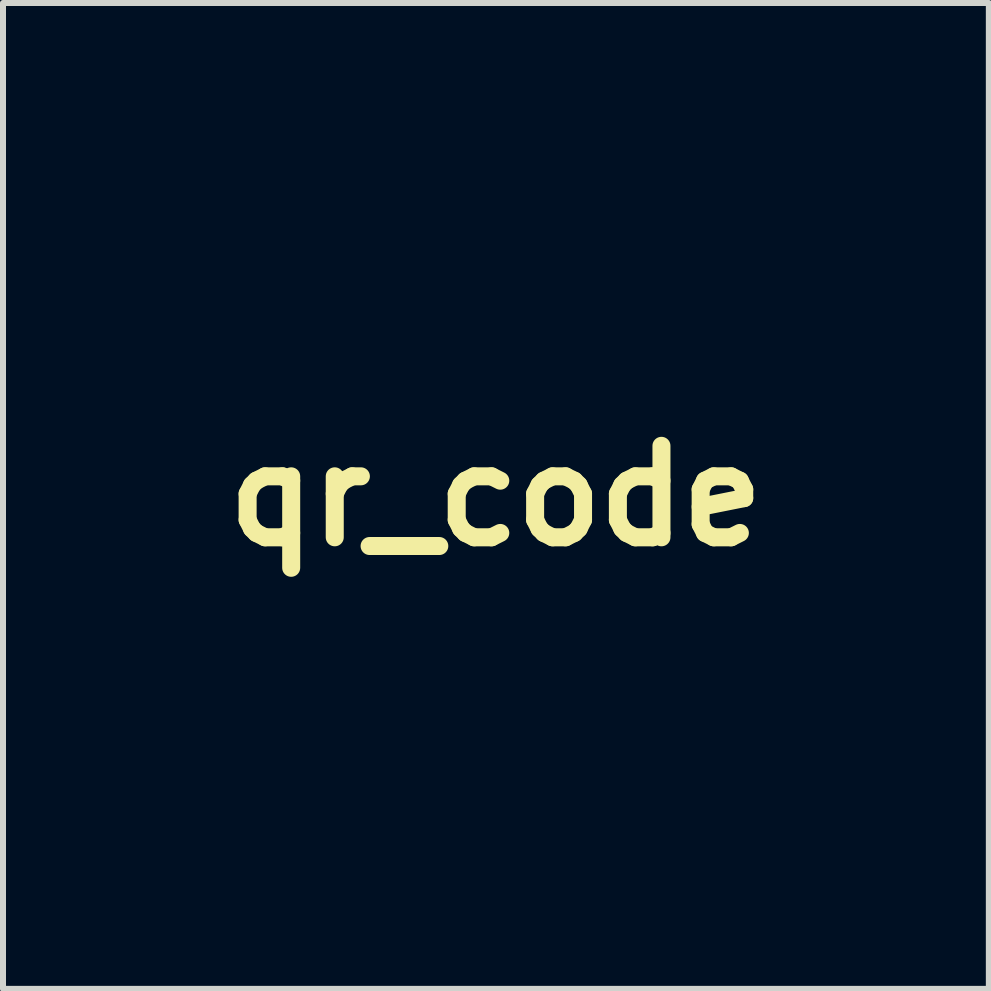
<source format=kicad_pcb>
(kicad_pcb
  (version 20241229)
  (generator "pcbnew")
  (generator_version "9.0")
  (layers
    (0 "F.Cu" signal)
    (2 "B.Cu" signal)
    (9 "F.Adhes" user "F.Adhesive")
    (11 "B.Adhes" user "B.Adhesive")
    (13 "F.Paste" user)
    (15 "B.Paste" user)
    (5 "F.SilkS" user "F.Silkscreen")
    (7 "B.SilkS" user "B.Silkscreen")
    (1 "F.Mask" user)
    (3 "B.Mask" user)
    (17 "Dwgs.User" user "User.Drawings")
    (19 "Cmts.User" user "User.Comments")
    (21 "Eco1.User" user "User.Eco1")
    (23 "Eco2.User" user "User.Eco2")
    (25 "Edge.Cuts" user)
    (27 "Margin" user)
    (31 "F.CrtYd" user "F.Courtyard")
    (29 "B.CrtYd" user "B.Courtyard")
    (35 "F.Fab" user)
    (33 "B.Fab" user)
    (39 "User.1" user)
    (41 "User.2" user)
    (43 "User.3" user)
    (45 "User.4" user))
  (footprint "qr_code"
    (layer "F.Cu")
    (at 5.212 5.212)
    (property "Reference" "qr_code" (at 0 0 0) (layer "F.SilkS") (effects (font (size 1.524 1.524) (thickness 0.3))))
    (attr through_hole)
    (fp_poly (pts (xy -5.207 -2.413) (xy -5.207 -2.667) (xy -4.953 -2.667) (xy -4.953 -2.413) (xy -5.207 -2.413)) (stroke (width 0.01) (type solid)) (fill yes) (layer "F.Mask"))
    (fp_poly (pts (xy -5.207 2.159) (xy -5.207 1.905) (xy -4.953 1.905) (xy -4.953 2.159) (xy -5.207 2.159)) (stroke (width 0.01) (type solid)) (fill yes) (layer "F.Mask"))
    (fp_poly (pts (xy -4.445 0.635) (xy -4.191 0.635) (xy -4.191 0.889) (xy -4.445 0.889) (xy -4.445 0.635)) (stroke (width 0.01) (type solid)) (fill yes) (layer "F.Mask"))
    (fp_poly (pts (xy -4.445 3.175) (xy -4.699 3.175) (xy -4.699 2.921) (xy -4.445 2.921) (xy -4.445 3.175)) (stroke (width 0.01) (type solid)) (fill yes) (layer "F.Mask"))
    (fp_poly (pts (xy -3.937 -3.937) (xy -4.699 -3.937) (xy -4.699 -4.699) (xy -3.937 -4.699) (xy -3.937 -3.937)) (stroke (width 0.01) (type solid)) (fill yes) (layer "F.Mask"))
    (fp_poly (pts (xy -3.937 1.143) (xy -4.191 1.143) (xy -4.191 0.889) (xy -3.937 0.889) (xy -3.937 1.143)) (stroke (width 0.01) (type solid)) (fill yes) (layer "F.Mask"))
    (fp_poly (pts (xy -3.937 3.175) (xy -4.191 3.175) (xy -4.191 2.921) (xy -3.937 2.921) (xy -3.937 3.175)) (stroke (width 0.01) (type solid)) (fill yes) (layer "F.Mask"))
    (fp_poly (pts (xy -3.937 4.699) (xy -4.699 4.699) (xy -4.699 3.937) (xy -3.937 3.937) (xy -3.937 4.699)) (stroke (width 0.01) (type solid)) (fill yes) (layer "F.Mask"))
    (fp_poly (pts (xy -3.683 -2.921) (xy -3.683 -3.175) (xy -3.175 -3.175) (xy -3.175 -2.921) (xy -3.683 -2.921)) (stroke (width 0.01) (type solid)) (fill yes) (layer "F.Mask"))
    (fp_poly (pts (xy -3.429 -1.397) (xy -3.683 -1.397) (xy -3.683 -1.651) (xy -3.429 -1.651) (xy -3.429 -1.397)) (stroke (width 0.01) (type solid)) (fill yes) (layer "F.Mask"))
    (fp_poly (pts (xy -3.175 -2.921) (xy -2.921 -2.921) (xy -2.921 -2.667) (xy -3.175 -2.667) (xy -3.175 -2.921)) (stroke (width 0.01) (type solid)) (fill yes) (layer "F.Mask"))
    (fp_poly (pts (xy -2.921 1.143) (xy -2.921 1.397) (xy -3.429 1.397) (xy -3.429 1.143) (xy -2.921 1.143)) (stroke (width 0.01) (type solid)) (fill yes) (layer "F.Mask"))
    (fp_poly (pts (xy -2.667 -0.127) (xy -2.413 -0.127) (xy -2.413 0.381) (xy -2.667 0.381) (xy -2.667 -0.127)) (stroke (width 0.01) (type solid)) (fill yes) (layer "F.Mask"))
    (fp_poly (pts (xy -2.667 0.381) (xy -2.667 0.635) (xy -2.921 0.635) (xy -2.921 0.381) (xy -2.667 0.381)) (stroke (width 0.01) (type solid)) (fill yes) (layer "F.Mask"))
    (fp_poly (pts (xy -2.667 3.937) (xy -2.413 3.937) (xy -2.413 4.191) (xy -2.667 4.191) (xy -2.667 3.937)) (stroke (width 0.01) (type solid)) (fill yes) (layer "F.Mask"))
    (fp_poly (pts (xy -2.413 1.651) (xy -2.667 1.651) (xy -2.667 1.397) (xy -2.413 1.397) (xy -2.413 1.651)) (stroke (width 0.01) (type solid)) (fill yes) (layer "F.Mask"))
    (fp_poly (pts (xy -2.413 4.191) (xy -2.159 4.191) (xy -2.159 4.445) (xy -2.413 4.445) (xy -2.413 4.191)) (stroke (width 0.01) (type solid)) (fill yes) (layer "F.Mask"))
    (fp_poly (pts (xy -2.159 -2.667) (xy -1.905 -2.667) (xy -1.905 -2.413) (xy -2.159 -2.413) (xy -2.159 -2.667)) (stroke (width 0.01) (type solid)) (fill yes) (layer "F.Mask"))
    (fp_poly (pts (xy -1.651 2.413) (xy -1.905 2.413) (xy -1.905 2.159) (xy -1.651 2.159) (xy -1.651 2.413)) (stroke (width 0.01) (type solid)) (fill yes) (layer "F.Mask"))
    (fp_poly (pts (xy -0.889 -3.937) (xy -1.143 -3.937) (xy -1.143 -4.191) (xy -0.889 -4.191) (xy -0.889 -3.937)) (stroke (width 0.01) (type solid)) (fill yes) (layer "F.Mask"))
    (fp_poly (pts (xy -0.381 -4.191) (xy -0.127 -4.191) (xy -0.127 -3.683) (xy -0.381 -3.683) (xy -0.381 -4.191)) (stroke (width 0.01) (type solid)) (fill yes) (layer "F.Mask"))
    (fp_poly (pts (xy -0.381 -3.429) (xy -0.635 -3.429) (xy -0.635 -3.683) (xy -0.381 -3.683) (xy -0.381 -3.429)) (stroke (width 0.01) (type solid)) (fill yes) (layer "F.Mask"))
    (fp_poly (pts (xy 0.635 3.683) (xy 0.635 3.937) (xy 0.127 3.937) (xy 0.127 3.683) (xy 0.635 3.683)) (stroke (width 0.01) (type solid)) (fill yes) (layer "F.Mask"))
    (fp_poly (pts (xy 0.889 -3.937) (xy 0.889 -4.191) (xy 1.143 -4.191) (xy 1.143 -3.937) (xy 0.889 -3.937)) (stroke (width 0.01) (type solid)) (fill yes) (layer "F.Mask"))
    (fp_poly (pts (xy 0.889 -0.635) (xy 0.889 -0.889) (xy 1.143 -0.889) (xy 1.143 -0.635) (xy 0.889 -0.635)) (stroke (width 0.01) (type solid)) (fill yes) (layer "F.Mask"))
    (fp_poly (pts (xy 1.143 -3.429) (xy 0.889 -3.429) (xy 0.889 -3.683) (xy 1.143 -3.683) (xy 1.143 -3.429)) (stroke (width 0.01) (type solid)) (fill yes) (layer "F.Mask"))
    (fp_poly (pts (xy 1.651 2.921) (xy 1.905 2.921) (xy 1.905 3.175) (xy 1.651 3.175) (xy 1.651 2.921)) (stroke (width 0.01) (type solid)) (fill yes) (layer "F.Mask"))
    (fp_poly (pts (xy 1.905 -2.921) (xy 1.905 -3.175) (xy 2.413 -3.175) (xy 2.413 -2.921) (xy 1.905 -2.921)) (stroke (width 0.01) (type solid)) (fill yes) (layer "F.Mask"))
    (fp_poly (pts (xy 2.159 -3.429) (xy 1.905 -3.429) (xy 1.905 -3.683) (xy 2.159 -3.683) (xy 2.159 -3.429)) (stroke (width 0.01) (type solid)) (fill yes) (layer "F.Mask"))
    (fp_poly (pts (xy 2.159 -2.159) (xy 2.159 -2.413) (xy 2.413 -2.413) (xy 2.413 -2.159) (xy 2.159 -2.159)) (stroke (width 0.01) (type solid)) (fill yes) (layer "F.Mask"))
    (fp_poly (pts (xy 2.413 -5.207) (xy 2.667 -5.207) (xy 2.667 -4.953) (xy 2.413 -4.953) (xy 2.413 -5.207)) (stroke (width 0.01) (type solid)) (fill yes) (layer "F.Mask"))
    (fp_poly (pts (xy 2.413 4.953) (xy 2.413 4.699) (xy 2.667 4.699) (xy 2.667 4.953) (xy 2.413 4.953)) (stroke (width 0.01) (type solid)) (fill yes) (layer "F.Mask"))
    (fp_poly (pts (xy 2.667 -4.953) (xy 2.921 -4.953) (xy 2.921 -4.699) (xy 2.667 -4.699) (xy 2.667 -4.953)) (stroke (width 0.01) (type solid)) (fill yes) (layer "F.Mask"))
    (fp_poly (pts (xy 2.667 -3.429) (xy 2.413 -3.429) (xy 2.413 -3.683) (xy 2.667 -3.683) (xy 2.667 -3.429)) (stroke (width 0.01) (type solid)) (fill yes) (layer "F.Mask"))
    (fp_poly (pts (xy 2.667 -2.159) (xy 2.667 -1.905) (xy 2.413 -1.905) (xy 2.413 -2.159) (xy 2.667 -2.159)) (stroke (width 0.01) (type solid)) (fill yes) (layer "F.Mask"))
    (fp_poly (pts (xy 2.921 -0.127) (xy 3.175 -0.127) (xy 3.175 0.127) (xy 2.921 0.127) (xy 2.921 -0.127)) (stroke (width 0.01) (type solid)) (fill yes) (layer "F.Mask"))
    (fp_poly (pts (xy 3.175 -2.667) (xy 3.429 -2.667) (xy 3.429 -2.413) (xy 3.175 -2.413) (xy 3.175 -2.667)) (stroke (width 0.01) (type solid)) (fill yes) (layer "F.Mask"))
    (fp_poly (pts (xy 3.175 4.445) (xy 3.429 4.445) (xy 3.429 4.953) (xy 3.175 4.953) (xy 3.175 4.445)) (stroke (width 0.01) (type solid)) (fill yes) (layer "F.Mask"))
    (fp_poly (pts (xy 3.175 4.953) (xy 3.175 5.207) (xy 2.667 5.207) (xy 2.667 4.953) (xy 3.175 4.953)) (stroke (width 0.01) (type solid)) (fill yes) (layer "F.Mask"))
    (fp_poly (pts (xy 3.683 3.683) (xy 3.429 3.683) (xy 3.429 3.429) (xy 3.683 3.429) (xy 3.683 3.683)) (stroke (width 0.01) (type solid)) (fill yes) (layer "F.Mask"))
    (fp_poly (pts (xy 3.683 5.207) (xy 3.429 5.207) (xy 3.429 4.953) (xy 3.683 4.953) (xy 3.683 5.207)) (stroke (width 0.01) (type solid)) (fill yes) (layer "F.Mask"))
    (fp_poly (pts (xy 4.191 -3.175) (xy 4.699 -3.175) (xy 4.699 -2.921) (xy 4.191 -2.921) (xy 4.191 -3.175)) (stroke (width 0.01) (type solid)) (fill yes) (layer "F.Mask"))
    (fp_poly (pts (xy 4.445 -2.667) (xy 4.699 -2.667) (xy 4.699 -2.413) (xy 4.445 -2.413) (xy 4.445 -2.667)) (stroke (width 0.01) (type solid)) (fill yes) (layer "F.Mask"))
    (fp_poly (pts (xy 4.699 -3.937) (xy 3.937 -3.937) (xy 3.937 -4.699) (xy 4.699 -4.699) (xy 4.699 -3.937)) (stroke (width 0.01) (type solid)) (fill yes) (layer "F.Mask"))
    (fp_poly (pts (xy 4.953 3.683) (xy 4.699 3.683) (xy 4.699 3.429) (xy 4.953 3.429) (xy 4.953 3.683)) (stroke (width 0.01) (type solid)) (fill yes) (layer "F.Mask"))
    (fp_poly (pts (xy 5.207 -0.127) (xy 4.953 -0.127) (xy 4.953 -0.635) (xy 5.207 -0.635) (xy 5.207 -0.127)) (stroke (width 0.01) (type solid)) (fill yes) (layer "F.Mask"))
    (fp_poly (pts (xy -4.445 1.651) (xy -4.445 1.143) (xy -4.191 1.143) (xy -4.191 1.397) (xy -3.429 1.397) (xy -3.429 1.651) (xy -4.445 1.651)) (stroke (width 0.01) (type solid)) (fill yes) (layer "F.Mask"))
    (fp_poly (pts (xy -2.159 -2.159) (xy -2.921 -2.159) (xy -2.921 -2.667) (xy -2.667 -2.667) (xy -2.667 -2.413) (xy -2.159 -2.413) (xy -2.159 -2.159)) (stroke (width 0.01) (type solid)) (fill yes) (layer "F.Mask"))
    (fp_poly (pts (xy -0.635 -4.191) (xy -0.635 -4.445) (xy -0.889 -4.445) (xy -0.889 -4.699) (xy -0.381 -4.699) (xy -0.381 -4.191) (xy -0.635 -4.191)) (stroke (width 0.01) (type solid)) (fill yes) (layer "F.Mask"))
    (fp_poly (pts (xy 2.413 -4.699) (xy 2.667 -4.699) (xy 2.667 -4.445) (xy 1.905 -4.445) (xy 1.905 -4.953) (xy 2.413 -4.953) (xy 2.413 -4.699)) (stroke (width 0.01) (type solid)) (fill yes) (layer "F.Mask"))
    (fp_poly (pts (xy 2.921 -3.937) (xy 2.159 -3.937) (xy 2.159 -4.191) (xy 3.175 -4.191) (xy 3.175 -3.175) (xy 2.921 -3.175) (xy 2.921 -3.937)) (stroke (width 0.01) (type solid)) (fill yes) (layer "F.Mask"))
    (fp_poly (pts (xy 2.921 -2.667) (xy 2.413 -2.667) (xy 2.413 -2.921) (xy 2.667 -2.921) (xy 2.667 -3.175) (xy 2.921 -3.175) (xy 2.921 -2.667)) (stroke (width 0.01) (type solid)) (fill yes) (layer "F.Mask"))
    (fp_poly (pts (xy -4.445 1.143) (xy -4.699 1.143) (xy -4.699 1.651) (xy -5.207 1.651) (xy -5.207 0.381) (xy -4.699 0.381) (xy -4.699 0.635) (xy -4.953 0.635) (xy -4.953 0.889) (xy -4.445 0.889) (xy -4.445 1.143)) (stroke (width 0.01) (type solid)) (fill yes) (layer "F.Mask"))
    (fp_poly (pts (xy 4.445 -2.159) (xy 3.683 -2.159) (xy 3.683 -2.413) (xy 3.937 -2.413) (xy 3.937 -2.667) (xy 3.683 -2.667) (xy 3.683 -2.921) (xy 4.191 -2.921) (xy 4.191 -2.413) (xy 4.445 -2.413) (xy 4.445 -2.159)) (stroke (width 0.01) (type solid)) (fill yes) (layer "F.Mask"))
    (fp_poly (pts (xy -3.429 -3.429) (xy -5.207 -3.429) (xy -5.207 -4.953) (xy -4.953 -4.953) (xy -4.953 -3.683) (xy -3.683 -3.683) (xy -3.683 -4.953) (xy -4.953 -4.953) (xy -5.207 -4.953) (xy -5.207 -5.207) (xy -3.429 -5.207) (xy -3.429 -3.429)) (stroke (width 0.01) (type solid)) (fill yes) (layer "F.Mask"))
    (fp_poly (pts (xy -3.429 5.207) (xy -5.207 5.207) (xy -5.207 3.683) (xy -4.953 3.683) (xy -4.953 4.953) (xy -3.683 4.953) (xy -3.683 3.683) (xy -4.953 3.683) (xy -5.207 3.683) (xy -5.207 3.429) (xy -3.429 3.429) (xy -3.429 5.207)) (stroke (width 0.01) (type solid)) (fill yes) (layer "F.Mask"))
    (fp_poly (pts (xy 5.207 -3.429) (xy 3.429 -3.429) (xy 3.429 -4.953) (xy 3.683 -4.953) (xy 3.683 -3.683) (xy 4.953 -3.683) (xy 4.953 -4.953) (xy 3.683 -4.953) (xy 3.429 -4.953) (xy 3.429 -5.207) (xy 5.207 -5.207) (xy 5.207 -3.429)) (stroke (width 0.01) (type solid)) (fill yes) (layer "F.Mask"))
    (fp_poly (pts (xy 2.667 -2.413) (xy 3.175 -2.413) (xy 3.175 -1.651) (xy 2.921 -1.651) (xy 2.921 -1.397) (xy 2.413 -1.397) (xy 2.413 -1.651) (xy 2.667 -1.651) (xy 2.667 -1.905) (xy 2.921 -1.905) (xy 2.921 -2.159) (xy 2.667 -2.159) (xy 2.667 -2.413)) (stroke (width 0.01) (type solid)) (fill yes) (layer "F.Mask"))
    (fp_poly (pts (xy 0.381 -0.127) (xy 0.381 -0.381) (xy 0.127 -0.381) (xy 0.127 -0.635) (xy 0.635 -0.635) (xy 0.635 0.635) (xy 0.381 0.635) (xy 0.381 0.127) (xy 0.127 0.127) (xy 0.127 0.635) (xy -0.127 0.635) (xy -0.127 0.381) (xy -0.381 0.381) (xy -0.381 0.127) (xy -0.127 0.127) (xy -0.127 -0.127) (xy 0.381 -0.127)) (stroke (width 0.01) (type solid)) (fill yes) (layer "F.Mask"))
    (fp_poly (pts (xy 1.905 -2.667) (xy 2.159 -2.667) (xy 2.159 -2.413) (xy 1.651 -2.413) (xy 1.651 -2.159) (xy 0.889 -2.159) (xy 0.889 -2.413) (xy 1.143 -2.413) (xy 1.143 -2.921) (xy 1.397 -2.921) (xy 1.397 -3.175) (xy 1.143 -3.175) (xy 1.143 -3.429) (xy 1.397 -3.429) (xy 1.397 -3.683) (xy 1.143 -3.683) (xy 1.143 -3.937) (xy 1.651 -3.937) (xy 1.651 -2.921) (xy 1.905 -2.921) (xy 1.905 -2.667)) (stroke (width 0.01) (type solid)) (fill yes) (layer "F.Mask"))
    (fp_poly (pts (xy -4.953 -2.921) (xy -4.445 -2.921) (xy -4.445 -3.175) (xy -3.937 -3.175) (xy -3.937 -2.921) (xy -4.191 -2.921) (xy -4.191 -2.667) (xy -3.175 -2.667) (xy -3.175 -2.413) (xy -3.683 -2.413) (xy -3.683 -2.159) (xy -3.429 -2.159) (xy -3.429 -1.905) (xy -3.683 -1.905) (xy -3.683 -1.651) (xy -3.937 -1.651) (xy -3.937 -2.159) (xy -4.191 -2.159) (xy -4.191 -2.413) (xy -4.445 -2.413) (xy -4.445 -2.667) (xy -4.953 -2.667) (xy -4.953 -2.921)) (stroke (width 0.01) (type solid)) (fill yes) (layer "F.Mask"))
    (fp_poly (pts (xy -3.683 1.143) (xy -3.683 0.889) (xy -3.937 0.889) (xy -3.937 0.635) (xy -3.683 0.635) (xy -3.683 0.889) (xy -3.429 0.889) (xy -3.429 0.635) (xy -3.683 0.635) (xy -3.683 0.381) (xy -3.429 0.381) (xy -3.429 0.127) (xy -3.175 0.127) (xy -3.175 -0.381) (xy -2.667 -0.381) (xy -2.667 -0.127) (xy -2.921 -0.127) (xy -2.921 0.381) (xy -3.175 0.381) (xy -3.175 0.889) (xy -3.429 0.889) (xy -3.429 1.143) (xy -3.683 1.143)) (stroke (width 0.01) (type solid)) (fill yes) (layer "F.Mask"))
    (fp_poly (pts (xy -2.667 4.445) (xy -2.413 4.445) (xy -2.413 4.699) (xy -1.905 4.699) (xy -1.905 4.191) (xy -1.397 4.191) (xy -1.397 4.445) (xy -1.651 4.445) (xy -1.651 4.699) (xy -1.397 4.699) (xy -1.397 4.953) (xy -1.143 4.953) (xy -1.143 5.207) (xy -2.921 5.207) (xy -2.921 4.699) (xy -2.667 4.699) (xy -2.667 4.953) (xy -2.413 4.953) (xy -2.413 4.699) (xy -2.667 4.699) (xy -2.921 4.699) (xy -2.921 4.445) (xy -3.175 4.445) (xy -3.175 3.937) (xy -2.921 3.937) (xy -2.921 4.191) (xy -2.667 4.191) (xy -2.667 4.445)) (stroke (width 0.01) (type solid)) (fill yes) (layer "F.Mask"))
    (fp_poly (pts (xy 1.905 -4.191) (xy 1.397 -4.191) (xy 1.397 -4.445) (xy 0.889 -4.445) (xy 0.889 -4.191) (xy 0.635 -4.191) (xy 0.635 -3.937) (xy 0.127 -3.937) (xy 0.127 -4.191) (xy -0.127 -4.191) (xy -0.127 -4.445) (xy 0.127 -4.445) (xy 0.127 -4.191) (xy 0.381 -4.191) (xy 0.381 -4.445) (xy 0.127 -4.445) (xy -0.127 -4.445) (xy -0.127 -4.699) (xy 0.635 -4.699) (xy 0.635 -4.445) (xy 0.889 -4.445) (xy 0.889 -4.699) (xy 0.635 -4.699) (xy -0.127 -4.699) (xy -0.381 -4.699) (xy -0.381 -4.953) (xy 0.381 -4.953) (xy 0.381 -5.207) (xy 0.635 -5.207) (xy 0.635 -4.953) (xy 0.889 -4.953) (xy 0.889 -4.699) (xy 1.143 -4.699) (xy 1.143 -5.207) (xy 1.651 -5.207) (xy 1.651 -4.445) (xy 1.905 -4.445) (xy 1.905 -4.191)) (stroke (width 0.01) (type solid)) (fill yes) (layer "F.Mask"))
    (fp_poly (pts (xy 2.921 -0.635) (xy 2.921 -0.381) (xy 2.159 -0.381) (xy 2.159 -0.889) (xy 2.413 -0.889) (xy 2.413 -0.635) (xy 2.667 -0.635) (xy 2.667 -0.889) (xy 2.921 -0.889) (xy 2.921 -1.143) (xy 3.175 -1.143) (xy 3.175 -1.651) (xy 3.429 -1.651) (xy 3.429 -2.159) (xy 3.683 -2.159) (xy 3.683 -1.905) (xy 4.699 -1.905) (xy 4.699 -2.413) (xy 5.207 -2.413) (xy 5.207 -2.159) (xy 4.953 -2.159) (xy 4.953 -1.905) (xy 5.207 -1.905) (xy 5.207 -1.143) (xy 4.953 -1.143) (xy 4.953 -0.889) (xy 4.699 -0.889) (xy 4.699 -1.143) (xy 4.191 -1.143) (xy 4.191 -1.397) (xy 4.445 -1.397) (xy 4.699 -1.397) (xy 4.699 -1.143) (xy 4.953 -1.143) (xy 4.953 -1.397) (xy 4.699 -1.397) (xy 4.445 -1.397) (xy 4.445 -1.651) (xy 3.937 -1.651) (xy 3.937 -1.143) (xy 3.683 -1.143) (xy 3.683 -1.397) (xy 3.429 -1.397) (xy 3.429 -0.635) (xy 2.921 -0.635)) (stroke (width 0.01) (type solid)) (fill yes) (layer "F.Mask"))
    (fp_poly (pts (xy -1.397 -2.413) (xy -1.651 -2.413) (xy -1.651 -2.921) (xy -1.397 -2.921) (xy -1.397 -2.667) (xy -1.143 -2.667) (xy -1.143 -2.413) (xy -0.889 -2.413) (xy -0.889 -2.667) (xy -0.635 -2.667) (xy -0.635 -2.413) (xy -0.127 -2.413) (xy -0.127 -2.667) (xy 0.127 -2.667) (xy 0.127 -2.921) (xy -0.381 -2.921) (xy -0.381 -2.667) (xy -0.635 -2.667) (xy -0.889 -2.667) (xy -1.143 -2.667) (xy -1.143 -3.683) (xy -0.889 -3.683) (xy -0.889 -3.175) (xy -0.127 -3.175) (xy -0.127 -3.683) (xy 0.127 -3.683) (xy 0.127 -3.429) (xy 0.381 -3.429) (xy 0.381 -3.683) (xy 0.635 -3.683) (xy 0.635 -3.175) (xy 1.143 -3.175) (xy 1.143 -2.921) (xy 0.635 -2.921) (xy 0.635 -2.667) (xy 0.889 -2.667) (xy 0.889 -2.413) (xy 0.381 -2.413) (xy 0.381 -2.667) (xy 0.127 -2.667) (xy 0.127 -2.413) (xy -0.127 -2.413) (xy -0.127 -2.159) (xy -0.635 -2.159) (xy -0.635 -2.413) (xy -0.889 -2.413) (xy -0.889 -2.159) (xy -1.397 -2.159) (xy -1.397 -2.413)) (stroke (width 0.01) (type solid)) (fill yes) (layer "F.Mask"))
    (fp_poly (pts (xy -3.937 2.667) (xy -3.683 2.667) (xy -3.683 2.921) (xy -3.429 2.921) (xy -3.429 2.667) (xy -3.683 2.667) (xy -3.937 2.667) (xy -4.445 2.667) (xy -4.445 2.413) (xy -4.953 2.413) (xy -4.953 2.159) (xy -4.699 2.159) (xy -4.699 1.905) (xy -3.937 1.905) (xy -3.937 2.413) (xy -3.429 2.413) (xy -3.429 2.667) (xy -3.175 2.667) (xy -3.175 3.175) (xy -2.667 3.175) (xy -2.667 2.921) (xy -2.413 2.921) (xy -2.413 2.413) (xy -2.667 2.413) (xy -2.667 2.667) (xy -3.175 2.667) (xy -3.175 2.413) (xy -2.921 2.413) (xy -2.921 1.905) (xy -3.175 1.905) (xy -3.175 2.159) (xy -3.683 2.159) (xy -3.683 1.905) (xy -3.429 1.905) (xy -3.429 1.651) (xy -2.667 1.651) (xy -2.667 2.159) (xy -2.413 2.159) (xy -2.413 1.651) (xy -1.905 1.651) (xy -1.905 2.159) (xy -2.159 2.159) (xy -2.159 2.667) (xy -1.905 2.667) (xy -1.905 2.921) (xy -2.159 2.921) (xy -2.159 3.429) (xy -2.413 3.429) (xy -2.413 3.175) (xy -2.667 3.175) (xy -2.667 3.683) (xy -3.175 3.683) (xy -3.175 3.175) (xy -3.683 3.175) (xy -3.683 2.921) (xy -3.937 2.921) (xy -3.937 2.667)) (stroke (width 0.01) (type solid)) (fill yes) (layer "F.Mask"))
    (fp_poly (pts (xy 2.921 0.381) (xy 2.667 0.381) (xy 2.667 0.635) (xy 2.413 0.635) (xy 2.413 0.889) (xy 1.905 0.889) (xy 1.905 0.635) (xy 1.651 0.635) (xy 1.651 0.889) (xy 1.397 0.889) (xy 1.397 0.635) (xy 1.651 0.635) (xy 1.651 0.381) (xy 1.905 0.381) (xy 1.905 0.635) (xy 2.159 0.635) (xy 2.159 0.381) (xy 1.905 0.381) (xy 1.651 0.381) (xy 1.397 0.381) (xy 1.397 0.635) (xy 1.143 0.635) (xy 1.143 0.889) (xy 0.889 0.889) (xy 0.889 0.127) (xy 1.143 0.127) (xy 1.143 0.381) (xy 1.397 0.381) (xy 1.397 0.127) (xy 1.143 0.127) (xy 0.889 0.127) (xy 0.889 -0.381) (xy 1.143 -0.381) (xy 1.143 -0.127) (xy 1.397 -0.127) (xy 1.397 -0.381) (xy 1.143 -0.381) (xy 1.143 -0.635) (xy 1.397 -0.635) (xy 1.397 -0.889) (xy 1.651 -0.889) (xy 1.651 -0.635) (xy 1.905 -0.635) (xy 1.905 -0.381) (xy 2.159 -0.381) (xy 2.159 -0.127) (xy 1.397 -0.127) (xy 1.397 0.127) (xy 2.413 0.127) (xy 2.413 0.381) (xy 2.667 0.381) (xy 2.667 0.127) (xy 2.413 0.127) (xy 2.413 -0.127) (xy 2.667 -0.127) (xy 2.667 0.127) (xy 2.921 0.127) (xy 2.921 0.381)) (stroke (width 0.01) (type solid)) (fill yes) (layer "F.Mask"))
    (fp_poly (pts (xy -4.191 0.381) (xy -4.445 0.381) (xy -4.445 0.127) (xy -4.191 0.127) (xy -4.191 -0.127) (xy -5.207 -0.127) (xy -5.207 -0.381) (xy -4.699 -0.381) (xy -4.699 -0.635) (xy -4.953 -0.635) (xy -4.953 -0.889) (xy -4.699 -0.889) (xy -4.699 -0.635) (xy -4.445 -0.635) (xy -4.445 -0.889) (xy -3.937 -0.889) (xy -3.937 -0.635) (xy -3.429 -0.635) (xy -3.429 -0.889) (xy -3.937 -0.889) (xy -4.445 -0.889) (xy -4.699 -0.889) (xy -4.953 -0.889) (xy -5.207 -0.889) (xy -5.207 -1.143) (xy -4.953 -1.143) (xy -4.953 -1.397) (xy -4.699 -1.397) (xy -4.699 -1.143) (xy -4.191 -1.143) (xy -4.191 -1.397) (xy -4.699 -1.397) (xy -4.953 -1.397) (xy -4.953 -1.651) (xy -5.207 -1.651) (xy -5.207 -1.905) (xy -4.953 -1.905) (xy -4.953 -2.413) (xy -4.445 -2.413) (xy -4.445 -2.159) (xy -4.699 -2.159) (xy -4.699 -1.651) (xy -3.937 -1.651) (xy -3.937 -1.143) (xy -3.429 -1.143) (xy -3.429 -1.397) (xy -3.175 -1.397) (xy -3.175 -1.143) (xy -2.921 -1.143) (xy -2.921 -0.889) (xy -3.175 -0.889) (xy -3.175 -0.381) (xy -3.937 -0.381) (xy -3.937 -0.127) (xy -3.429 -0.127) (xy -3.429 0.127) (xy -3.937 0.127) (xy -3.937 0.635) (xy -4.191 0.635) (xy -4.191 0.381)) (stroke (width 0.01) (type solid)) (fill yes) (layer "F.Mask"))
    (fp_poly (pts (xy 1.651 3.429) (xy 1.905 3.429) (xy 1.905 3.683) (xy 1.651 3.683) (xy 1.651 3.937) (xy 1.905 3.937) (xy 1.905 4.445) (xy 2.159 4.445) (xy 2.159 4.953) (xy 1.905 4.953) (xy 1.905 5.207) (xy 1.397 5.207) (xy 1.397 4.953) (xy 0.889 4.953) (xy 0.889 4.699) (xy 0.635 4.699) (xy 0.635 5.207) (xy 0.381 5.207) (xy 0.381 4.953) (xy 0.127 4.953) (xy 0.127 5.207) (xy -0.381 5.207) (xy -0.381 4.953) (xy -0.127 4.953) (xy 0.127 4.953) (xy 0.127 4.699) (xy -0.127 4.699) (xy -0.127 4.953) (xy -0.381 4.953) (xy -0.635 4.953) (xy -0.635 4.699) (xy -0.889 4.699) (xy -0.889 4.445) (xy -0.635 4.445) (xy -0.635 4.699) (xy -0.127 4.699) (xy -0.127 4.445) (xy -0.635 4.445) (xy -0.889 4.445) (xy -0.889 3.937) (xy -0.127 3.937) (xy -0.127 4.445) (xy 0.127 4.445) (xy 0.381 4.445) (xy 0.381 4.699) (xy 0.635 4.699) (xy 0.635 4.445) (xy 0.381 4.445) (xy 0.127 4.445) (xy 0.127 4.191) (xy 0.635 4.191) (xy 0.635 4.445) (xy 0.889 4.445) (xy 0.889 4.699) (xy 1.651 4.699) (xy 1.651 4.445) (xy 0.889 4.445) (xy 0.889 4.191) (xy 1.397 4.191) (xy 1.397 3.683) (xy 1.143 3.683) (xy 1.143 3.937) (xy 0.889 3.937) (xy 0.889 3.429) (xy 1.397 3.429) (xy 1.397 3.175) (xy 1.651 3.175) (xy 1.651 3.429)) (stroke (width 0.01) (type solid)) (fill yes) (layer "F.Mask"))
    (fp_poly (pts (xy -0.889 -4.953) (xy -0.889 -4.699) (xy -1.143 -4.699) (xy -1.143 -4.191) (xy -1.397 -4.191) (xy -1.397 -3.175) (xy -1.651 -3.175) (xy -1.651 -2.921) (xy -2.159 -2.921) (xy -2.159 -2.667) (xy -2.667 -2.667) (xy -2.667 -2.921) (xy -2.921 -2.921) (xy -2.921 -3.175) (xy -2.667 -3.175) (xy -2.667 -2.921) (xy -2.413 -2.921) (xy -2.413 -3.175) (xy -2.667 -3.175) (xy -2.921 -3.175) (xy -2.921 -3.429) (xy -3.175 -3.429) (xy -3.175 -3.683) (xy -2.921 -3.683) (xy -2.921 -3.429) (xy -2.667 -3.429) (xy -2.667 -3.683) (xy -2.921 -3.683) (xy -2.921 -3.937) (xy -2.413 -3.937) (xy -2.413 -3.175) (xy -2.159 -3.175) (xy -2.159 -3.683) (xy -1.905 -3.683) (xy -1.905 -3.429) (xy -1.651 -3.429) (xy -1.651 -3.937) (xy -1.905 -3.937) (xy -1.905 -4.191) (xy -2.159 -4.191) (xy -2.159 -3.937) (xy -2.413 -3.937) (xy -2.921 -3.937) (xy -2.921 -4.191) (xy -3.175 -4.191) (xy -3.175 -4.445) (xy -2.921 -4.445) (xy -2.921 -4.191) (xy -2.413 -4.191) (xy -2.413 -4.699) (xy -2.159 -4.699) (xy -2.159 -4.445) (xy -1.905 -4.445) (xy -1.905 -4.191) (xy -1.651 -4.191) (xy -1.651 -4.699) (xy -2.159 -4.699) (xy -2.159 -4.953) (xy -2.667 -4.953) (xy -2.667 -4.445) (xy -2.921 -4.445) (xy -3.175 -4.445) (xy -3.175 -4.699) (xy -2.921 -4.699) (xy -2.921 -4.953) (xy -2.667 -4.953) (xy -2.667 -5.207) (xy -1.905 -5.207) (xy -1.905 -4.953) (xy -1.651 -4.953) (xy -1.397 -4.953) (xy -1.397 -4.699) (xy -1.143 -4.699) (xy -1.143 -4.953) (xy -1.397 -4.953) (xy -1.651 -4.953) (xy -1.651 -5.207) (xy -0.381 -5.207) (xy -0.381 -4.953) (xy -0.889 -4.953)) (stroke (width 0.01) (type solid)) (fill yes) (layer "F.Mask"))
    (fp_poly (pts (xy 0.635 -0.889) (xy 0.635 -1.143) (xy 0.889 -1.143) (xy 0.889 -1.397) (xy 0.635 -1.397) (xy 0.635 -1.143) (xy 0.381 -1.143) (xy 0.381 -0.889) (xy 0.127 -0.889) (xy 0.127 -0.635) (xy -0.127 -0.635) (xy -0.127 -0.127) (xy -0.889 -0.127) (xy -0.889 0.127) (xy -1.143 0.127) (xy -1.143 0.635) (xy -1.397 0.635) (xy -1.397 0.127) (xy -1.143 0.127) (xy -1.143 -0.127) (xy -1.397 -0.127) (xy -1.397 0.127) (xy -1.651 0.127) (xy -1.651 0.381) (xy -1.905 0.381) (xy -1.905 1.143) (xy -2.159 1.143) (xy -2.159 1.397) (xy -2.413 1.397) (xy -2.413 1.143) (xy -2.667 1.143) (xy -2.667 0.635) (xy -2.413 0.635) (xy -2.413 0.889) (xy -2.159 0.889) (xy -2.159 0.127) (xy -1.905 0.127) (xy -1.905 -0.127) (xy -2.159 -0.127) (xy -2.159 -0.381) (xy -1.905 -0.381) (xy -1.905 -0.127) (xy -1.397 -0.127) (xy -1.397 -0.381) (xy -1.905 -0.381) (xy -2.159 -0.381) (xy -2.159 -0.889) (xy -2.413 -0.889) (xy -2.413 -1.397) (xy -2.667 -1.397) (xy -2.667 -1.143) (xy -2.921 -1.143) (xy -2.921 -1.397) (xy -3.175 -1.397) (xy -3.175 -1.651) (xy -2.413 -1.651) (xy -2.413 -1.397) (xy -1.905 -1.397) (xy -1.905 -1.143) (xy -1.651 -1.143) (xy -1.651 -1.397) (xy -1.905 -1.397) (xy -1.905 -1.651) (xy -2.413 -1.651) (xy -3.175 -1.651) (xy -3.429 -1.651) (xy -3.429 -1.905) (xy -1.651 -1.905) (xy -1.651 -2.159) (xy -1.397 -2.159) (xy -1.397 -1.905) (xy -1.143 -1.905) (xy -1.143 -1.651) (xy -1.397 -1.651) (xy -1.397 -1.143) (xy -1.651 -1.143) (xy -1.651 -0.635) (xy -1.397 -0.635) (xy -1.143 -0.635) (xy -1.143 -0.381) (xy -0.381 -0.381) (xy -0.381 -0.635) (xy -1.143 -0.635) (xy -1.397 -0.635) (xy -1.397 -0.889) (xy -1.143 -0.889) (xy -1.143 -1.143) (xy -0.889 -1.143) (xy -0.889 -0.889) (xy -0.381 -0.889) (xy -0.381 -0.635) (xy -0.127 -0.635) (xy -0.127 -0.889) (xy -0.381 -0.889) (xy -0.381 -1.143) (xy -0.127 -1.143) (xy -0.127 -0.889) (xy 0.127 -0.889) (xy 0.127 -1.143) (xy -0.127 -1.143) (xy -0.381 -1.143) (xy -0.381 -1.397) (xy -0.635 -1.397) (xy -0.635 -1.143) (xy -0.889 -1.143) (xy -1.143 -1.143) (xy -1.143 -1.397) (xy -0.635 -1.397) (xy -0.635 -1.651) (xy -0.889 -1.651) (xy -0.889 -1.905) (xy -0.381 -1.905) (xy -0.381 -1.651) (xy -0.127 -1.651) (xy -0.127 -1.905) (xy 0.127 -1.905) (xy 0.127 -1.397) (xy 0.635 -1.397) (xy 0.635 -1.651) (xy 1.143 -1.651) (xy 1.143 -1.397) (xy 1.397 -1.397) (xy 1.397 -1.651) (xy 1.143 -1.651) (xy 0.635 -1.651) (xy 0.635 -1.905) (xy 0.127 -1.905) (xy 0.127 -2.159) (xy 0.889 -2.159) (xy 0.889 -1.905) (xy 1.651 -1.905) (xy 1.651 -1.397) (xy 1.905 -1.397) (xy 1.905 -1.905) (xy 1.651 -1.905) (xy 1.651 -2.159) (xy 2.159 -2.159) (xy 2.159 -1.397) (xy 1.905 -1.397) (xy 1.905 -1.143) (xy 1.651 -1.143) (xy 1.651 -1.397) (xy 1.397 -1.397) (xy 1.397 -1.143) (xy 0.889 -1.143) (xy 0.889 -0.889) (xy 0.635 -0.889)) (stroke (width 0.01) (type solid)) (fill yes) (layer "F.Mask"))
    (fp_poly (pts (xy 2.921 4.445) (xy 2.921 4.191) (xy 2.667 4.191) (xy 2.667 4.445) (xy 2.413 4.445) (xy 2.413 4.191) (xy 2.159 4.191) (xy 2.159 3.937) (xy 2.413 3.937) (xy 2.413 4.191) (xy 2.667 4.191) (xy 2.667 3.937) (xy 2.413 3.937) (xy 2.413 3.683) (xy 2.921 3.683) (xy 2.921 3.429) (xy 2.159 3.429) (xy 2.159 2.921) (xy 2.413 2.921) (xy 2.413 3.175) (xy 2.921 3.175) (xy 3.175 3.175) (xy 3.175 3.937) (xy 3.937 3.937) (xy 3.937 3.175) (xy 3.175 3.175) (xy 2.921 3.175) (xy 2.921 2.921) (xy 3.429 2.921) (xy 3.937 2.921) (xy 4.445 2.921) (xy 4.445 2.667) (xy 4.699 2.667) (xy 4.699 2.921) (xy 4.953 2.921) (xy 4.953 2.667) (xy 4.699 2.667) (xy 4.699 2.413) (xy 4.191 2.413) (xy 4.191 2.667) (xy 3.937 2.667) (xy 3.937 2.921) (xy 3.429 2.921) (xy 3.429 2.667) (xy 3.175 2.667) (xy 3.175 2.413) (xy 3.429 2.413) (xy 3.429 2.667) (xy 3.937 2.667) (xy 3.937 2.413) (xy 3.429 2.413) (xy 3.175 2.413) (xy 3.175 2.159) (xy 3.683 2.159) (xy 3.683 1.905) (xy 3.429 1.905) (xy 3.429 1.397) (xy 3.683 1.397) (xy 3.683 1.651) (xy 3.937 1.651) (xy 3.937 2.159) (xy 4.191 2.159) (xy 4.191 1.397) (xy 3.683 1.397) (xy 3.429 1.397) (xy 3.429 0.889) (xy 3.937 0.889) (xy 3.937 1.143) (xy 4.191 1.143) (xy 4.191 1.397) (xy 4.445 1.397) (xy 4.445 1.651) (xy 4.953 1.651) (xy 4.953 1.397) (xy 4.445 1.397) (xy 4.445 1.143) (xy 4.191 1.143) (xy 4.191 0.889) (xy 3.937 0.889) (xy 3.429 0.889) (xy 3.175 0.889) (xy 3.175 1.651) (xy 2.921 1.651) (xy 2.921 2.667) (xy 2.667 2.667) (xy 2.667 2.921) (xy 2.413 2.921) (xy 2.413 2.413) (xy 2.667 2.413) (xy 2.667 2.159) (xy 2.413 2.159) (xy 2.413 2.413) (xy 1.905 2.413) (xy 1.905 2.667) (xy 1.397 2.667) (xy 1.397 2.921) (xy 0.889 2.921) (xy 0.889 3.175) (xy 0.381 3.175) (xy 0.381 3.429) (xy 0.127 3.429) (xy 0.127 3.683) (xy -0.889 3.683) (xy -0.889 3.175) (xy -0.635 3.175) (xy -0.635 3.429) (xy -0.381 3.429) (xy -0.381 3.175) (xy -0.635 3.175) (xy -0.889 3.175) (xy -0.889 2.667) (xy -1.143 2.667) (xy -1.143 3.937) (xy -1.651 3.937) (xy -1.651 3.683) (xy -1.905 3.683) (xy -1.905 3.429) (xy -1.397 3.429) (xy -1.397 2.921) (xy -1.651 2.921) (xy -1.651 2.667) (xy -1.397 2.667) (xy -1.397 2.159) (xy -1.143 2.159) (xy -1.143 2.413) (xy -0.889 2.413) (xy -0.381 2.413) (xy -0.381 2.667) (xy 0.127 2.667) (xy 0.127 3.175) (xy 0.381 3.175) (xy 0.381 2.921) (xy 0.889 2.921) (xy 0.889 2.159) (xy 0.635 2.159) (xy 0.635 1.905) (xy 0.889 1.905) (xy 0.889 2.159) (xy 1.143 2.159) (xy 1.143 1.905) (xy 0.889 1.905) (xy 0.635 1.905) (xy 0.635 1.651) (xy 1.143 1.651) (xy 1.397 1.651) (xy 1.397 1.905) (xy 1.651 1.905) (xy 1.651 2.413) (xy 1.905 2.413) (xy 1.905 1.651) (xy 1.651 1.651) (xy 1.651 1.397) (xy 1.143 1.397) (xy 1.143 1.651) (xy 0.635 1.651) (xy 0.127 1.651) (xy 0.127 2.159) (xy 0.381 2.159) (xy 0.381 2.413) (xy -0.381 2.413) (xy -0.889 2.413) (xy -0.889 2.159) (xy -1.143 2.159) (xy -1.397 2.159) (xy -1.397 1.905) (xy -1.143 1.905) (xy -0.635 1.905) (xy -0.635 1.651) (xy -0.381 1.651) (xy -0.381 1.905) (xy -0.127 1.905) (xy -0.127 1.651) (xy -0.381 1.651) (xy -0.635 1.651) (xy -1.143 1.651) (xy -1.143 1.905) (xy -1.397 1.905) (xy -1.651 1.905) (xy -1.651 1.651) (xy -1.905 1.651) (xy -1.905 1.397) (xy -1.397 1.397) (xy -1.397 1.651) (xy -1.143 1.651) (xy -1.143 1.397) (xy -1.397 1.397) (xy -1.905 1.397) (xy -1.905 1.143) (xy -1.651 1.143) (xy -1.651 0.635) (xy -1.397 0.635) (xy -1.397 0.889) (xy -0.889 0.889) (xy -0.635 0.889) (xy -0.635 1.397) (xy -0.381 1.397) (xy -0.127 1.397) (xy -0.127 1.651) (xy 0.127 1.651) (xy 0.127 1.397) (xy -0.127 1.397) (xy -0.381 1.397) (xy -0.381 1.143) (xy -0.127 1.143) (xy -0.127 0.889) (xy -0.635 0.889) (xy -0.889 0.889) (xy -0.889 0.127) (xy -0.635 0.127) (xy -0.635 0.635) (xy -0.127 0.635) (xy -0.127 0.889) (xy 0.635 0.889) (xy 0.635 1.397) (xy 1.143 1.397) (xy 1.143 1.143) (xy 1.651 1.143) (xy 1.651 0.889) (xy 1.905 0.889) (xy 1.905 1.143) (xy 2.159 1.143) (xy 2.159 2.159) (xy 2.413 2.159) (xy 2.413 1.651) (xy 2.667 1.651) (xy 2.667 1.397) (xy 2.921 1.397) (xy 2.921 0.635) (xy 3.429 0.635) (xy 3.429 0.381) (xy 3.683 0.381) (xy 3.683 0.635) (xy 3.937 0.635) (xy 3.937 0.381) (xy 3.683 0.381) (xy 3.683 0.127) (xy 3.429 0.127) (xy 3.429 -0.127) (xy 3.937 -0.127) (xy 3.937 0.127) (xy 4.191 0.127) (xy 4.191 -0.127) (xy 3.937 -0.127) (xy 3.937 -0.381) (xy 3.429 -0.381) (xy 3.429 -0.635) (xy 3.937 -0.635) (xy 3.937 -0.889) (xy 4.191 -0.889) (xy 4.191 -0.635) (xy 4.699 -0.635) (xy 4.699 0.381) (xy 4.445 0.381) (xy 4.445 0.127) (xy 4.191 0.127) (xy 4.191 0.635) (xy 4.445 0.635) (xy 4.445 1.143) (xy 4.953 1.143) (xy 4.953 0.635) (xy 5.207 0.635) (xy 5.207 1.905) (xy 4.445 1.905) (xy 4.445 2.159) (xy 4.953 2.159) (xy 4.953 2.413) (xy 5.207 2.413) (xy 5.207 3.175) (xy 4.445 3.175) (xy 4.445 3.937) (xy 5.207 3.937) (xy 5.207 4.953) (xy 4.953 4.953) (xy 4.953 4.699) (xy 4.699 4.699) (xy 4.699 4.953) (xy 4.191 4.953) (xy 4.191 5.207) (xy 3.937 5.207) (xy 3.937 4.699) (xy 3.683 4.699) (xy 3.683 4.191) (xy 3.937 4.191) (xy 3.937 4.445) (xy 4.191 4.445) (xy 4.191 4.699) (xy 4.445 4.699) (xy 4.445 4.445) (xy 4.699 4.445) (xy 4.699 4.191) (xy 3.937 4.191) (xy 3.683 4.191) (xy 3.175 4.191) (xy 3.175 4.445) (xy 2.921 4.445)) (stroke (width 0.01) (type solid)) (fill yes) (layer "F.Mask")))
  (gr_rect
    (start -3 -3)
    (end 13.424 13.424)
    (stroke (width 0.1) (type default))
    (fill no)
    (layer "Edge.Cuts")))
</source>
